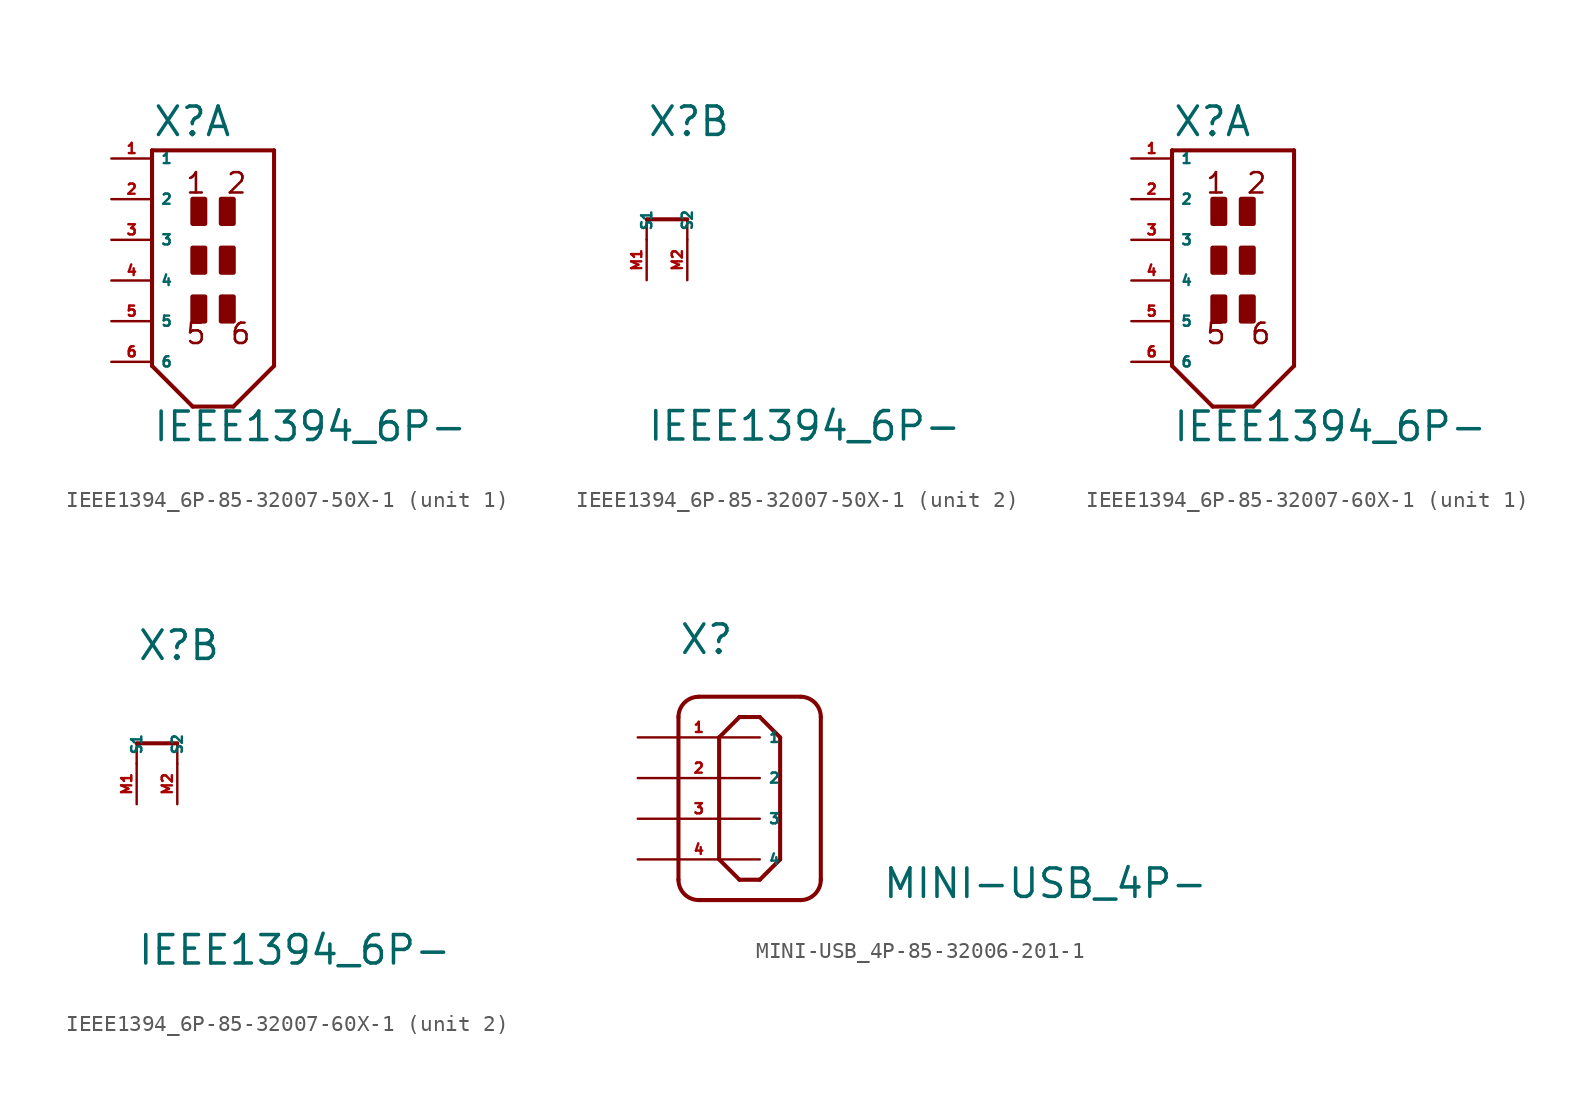
<source format=kicad_sym>
(kicad_symbol_lib
  (version 20220914)
  (generator Eagle2Kicad)
  (symbol "IEEE1394_6P-85-32007-50X-1"
    (property "Reference" "X"
      (at -2.54 6.35 0)
      (effects (font (size 1.778 1.778) (thickness 0.22)) (justify left bottom)))
    (property "Value" "IEEE1394_6P-"
      (at -2.54 -12.7 0)
      (effects (font (size 1.778 1.778) (thickness 0.22)) (justify left bottom)))
    (symbol "IEEE1394_6P-85-32007-50X-1_1_0"
      (polyline (pts (xy 5.08 5.588) (xy -2.54 5.588)) (stroke (width 0.254) (type default)) (fill (type none)))
      (polyline (pts (xy -2.54 5.588) (xy -2.54 -7.874)) (stroke (width 0.254) (type default)) (fill (type none)))
      (polyline (pts (xy -2.54 -7.874) (xy 0 -10.414)) (stroke (width 0.254) (type default)) (fill (type none)))
      (polyline (pts (xy 0 -10.414) (xy 2.54 -10.414)) (stroke (width 0.254) (type default)) (fill (type none)))
      (polyline (pts (xy 2.54 -10.414) (xy 5.08 -7.874)) (stroke (width 0.254) (type default)) (fill (type none)))
      (polyline (pts (xy 5.08 -7.874) (xy 5.08 5.588)) (stroke (width 0.254) (type default)) (fill (type none)))
      (text "1" (at -0.508 2.794 0) (effects (font (size 1.27 1.27) (thickness 0.16)) (justify left bottom)))
      (text "2" (at 2.032 2.794 0) (effects (font (size 1.27 1.27) (thickness 0.16)) (justify left bottom)))
      (text "5" (at -0.508 -6.604 0) (effects (font (size 1.27 1.27) (thickness 0.16)) (justify left bottom)))
      (text "6" (at 2.286 -6.604 0) (effects (font (size 1.27 1.27) (thickness 0.16)) (justify left bottom)))
      (rectangle (start 0 1.016) (end 0.762 2.54) (stroke (width 0.3) (type default)) (fill (type outline)))
      (rectangle (start 0 -2.032) (end 0.762 -0.508) (stroke (width 0.3) (type default)) (fill (type outline)))
      (rectangle (start 0 -5.08) (end 0.762 -3.556) (stroke (width 0.3) (type default)) (fill (type outline)))
      (rectangle (start 1.778 1.016) (end 2.54 2.54) (stroke (width 0.3) (type default)) (fill (type outline)))
      (rectangle (start 1.778 -2.032) (end 2.54 -0.508) (stroke (width 0.3) (type default)) (fill (type outline)))
      (rectangle (start 1.778 -5.08) (end 2.54 -3.556) (stroke (width 0.3) (type default)) (fill (type outline)))
      (pin passive line (at -5.08 5.08 0) (length 2.54) (name "1" (effects (font (size 0.635 0.635) (thickness 0.08)) (justify left bottom))) (number "1" (effects (font (size 0.635 0.635) (thickness 0.08)) (justify left bottom))))
      (pin passive line (at -5.08 2.54 0) (length 2.54) (name "2" (effects (font (size 0.635 0.635) (thickness 0.08)) (justify left bottom))) (number "2" (effects (font (size 0.635 0.635) (thickness 0.08)) (justify left bottom))))
      (pin passive line (at -5.08 0 0) (length 2.54) (name "3" (effects (font (size 0.635 0.635) (thickness 0.08)) (justify left bottom))) (number "3" (effects (font (size 0.635 0.635) (thickness 0.08)) (justify left bottom))))
      (pin passive line (at -5.08 -2.54 0) (length 2.54) (name "4" (effects (font (size 0.635 0.635) (thickness 0.08)) (justify left bottom))) (number "4" (effects (font (size 0.635 0.635) (thickness 0.08)) (justify left bottom))))
      (pin passive line (at -5.08 -5.08 0) (length 2.54) (name "5" (effects (font (size 0.635 0.635) (thickness 0.08)) (justify left bottom))) (number "5" (effects (font (size 0.635 0.635) (thickness 0.08)) (justify left bottom))))
      (pin passive line (at -5.08 -7.62 0) (length 2.54) (name "6" (effects (font (size 0.635 0.635) (thickness 0.08)) (justify left bottom))) (number "6" (effects (font (size 0.635 0.635) (thickness 0.08)) (justify left bottom)))))
    (symbol "IEEE1394_6P-85-32007-50X-1_2_0"
      (polyline (pts (xy -2.54 1.27) (xy 0 1.27)) (stroke (width 0.254) (type dash)) (fill (type none)))
      (polyline (pts (xy -2.54 0) (xy -2.54 1.27)) (stroke (width 0.152) (type default)) (fill (type none)))
      (polyline (pts (xy 0 0) (xy 0 1.27)) (stroke (width 0.152) (type default)) (fill (type none)))
      (pin passive line (at -2.54 -2.54 90) (length 2.54) (name "S1" (effects (font (size 0.635 0.635) (thickness 0.08)) (justify left bottom))) (number "M1" (effects (font (size 0.635 0.635) (thickness 0.08)) (justify left bottom))))
      (pin passive line (at 0 -2.54 90) (length 2.54) (name "S2" (effects (font (size 0.635 0.635) (thickness 0.08)) (justify left bottom))) (number "M2" (effects (font (size 0.635 0.635) (thickness 0.08)) (justify left bottom))))))
  (symbol "IEEE1394_6P-85-32007-60X-1"
    (property "Reference" "X"
      (at -2.54 6.35 0)
      (effects (font (size 1.778 1.778) (thickness 0.22)) (justify left bottom)))
    (property "Value" "IEEE1394_6P-"
      (at -2.54 -12.7 0)
      (effects (font (size 1.778 1.778) (thickness 0.22)) (justify left bottom)))
    (symbol "IEEE1394_6P-85-32007-60X-1_1_0"
      (polyline (pts (xy 5.08 5.588) (xy -2.54 5.588)) (stroke (width 0.254) (type default)) (fill (type none)))
      (polyline (pts (xy -2.54 5.588) (xy -2.54 -7.874)) (stroke (width 0.254) (type default)) (fill (type none)))
      (polyline (pts (xy -2.54 -7.874) (xy 0 -10.414)) (stroke (width 0.254) (type default)) (fill (type none)))
      (polyline (pts (xy 0 -10.414) (xy 2.54 -10.414)) (stroke (width 0.254) (type default)) (fill (type none)))
      (polyline (pts (xy 2.54 -10.414) (xy 5.08 -7.874)) (stroke (width 0.254) (type default)) (fill (type none)))
      (polyline (pts (xy 5.08 -7.874) (xy 5.08 5.588)) (stroke (width 0.254) (type default)) (fill (type none)))
      (text "1" (at -0.508 2.794 0) (effects (font (size 1.27 1.27) (thickness 0.16)) (justify left bottom)))
      (text "2" (at 2.032 2.794 0) (effects (font (size 1.27 1.27) (thickness 0.16)) (justify left bottom)))
      (text "5" (at -0.508 -6.604 0) (effects (font (size 1.27 1.27) (thickness 0.16)) (justify left bottom)))
      (text "6" (at 2.286 -6.604 0) (effects (font (size 1.27 1.27) (thickness 0.16)) (justify left bottom)))
      (rectangle (start 0 1.016) (end 0.762 2.54) (stroke (width 0.3) (type default)) (fill (type outline)))
      (rectangle (start 0 -2.032) (end 0.762 -0.508) (stroke (width 0.3) (type default)) (fill (type outline)))
      (rectangle (start 0 -5.08) (end 0.762 -3.556) (stroke (width 0.3) (type default)) (fill (type outline)))
      (rectangle (start 1.778 1.016) (end 2.54 2.54) (stroke (width 0.3) (type default)) (fill (type outline)))
      (rectangle (start 1.778 -2.032) (end 2.54 -0.508) (stroke (width 0.3) (type default)) (fill (type outline)))
      (rectangle (start 1.778 -5.08) (end 2.54 -3.556) (stroke (width 0.3) (type default)) (fill (type outline)))
      (pin passive line (at -5.08 5.08 0) (length 2.54) (name "1" (effects (font (size 0.635 0.635) (thickness 0.08)) (justify left bottom))) (number "1" (effects (font (size 0.635 0.635) (thickness 0.08)) (justify left bottom))))
      (pin passive line (at -5.08 2.54 0) (length 2.54) (name "2" (effects (font (size 0.635 0.635) (thickness 0.08)) (justify left bottom))) (number "2" (effects (font (size 0.635 0.635) (thickness 0.08)) (justify left bottom))))
      (pin passive line (at -5.08 0 0) (length 2.54) (name "3" (effects (font (size 0.635 0.635) (thickness 0.08)) (justify left bottom))) (number "3" (effects (font (size 0.635 0.635) (thickness 0.08)) (justify left bottom))))
      (pin passive line (at -5.08 -2.54 0) (length 2.54) (name "4" (effects (font (size 0.635 0.635) (thickness 0.08)) (justify left bottom))) (number "4" (effects (font (size 0.635 0.635) (thickness 0.08)) (justify left bottom))))
      (pin passive line (at -5.08 -5.08 0) (length 2.54) (name "5" (effects (font (size 0.635 0.635) (thickness 0.08)) (justify left bottom))) (number "5" (effects (font (size 0.635 0.635) (thickness 0.08)) (justify left bottom))))
      (pin passive line (at -5.08 -7.62 0) (length 2.54) (name "6" (effects (font (size 0.635 0.635) (thickness 0.08)) (justify left bottom))) (number "6" (effects (font (size 0.635 0.635) (thickness 0.08)) (justify left bottom)))))
    (symbol "IEEE1394_6P-85-32007-60X-1_2_0"
      (polyline (pts (xy -2.54 1.27) (xy 0 1.27)) (stroke (width 0.254) (type dash)) (fill (type none)))
      (polyline (pts (xy -2.54 0) (xy -2.54 1.27)) (stroke (width 0.152) (type default)) (fill (type none)))
      (polyline (pts (xy 0 0) (xy 0 1.27)) (stroke (width 0.152) (type default)) (fill (type none)))
      (pin passive line (at -2.54 -2.54 90) (length 2.54) (name "S1" (effects (font (size 0.635 0.635) (thickness 0.08)) (justify left bottom))) (number "M1" (effects (font (size 0.635 0.635) (thickness 0.08)) (justify left bottom))))
      (pin passive line (at 0 -2.54 90) (length 2.54) (name "S2" (effects (font (size 0.635 0.635) (thickness 0.08)) (justify left bottom))) (number "M2" (effects (font (size 0.635 0.635) (thickness 0.08)) (justify left bottom))))))
  (symbol "MINI-USB_4P-85-32006-201-1"
    (property "Reference" "X"
      (at -2.54 10.16 0)
      (effects (font (size 1.778 1.778) (thickness 0.22)) (justify left bottom)))
    (property "Value" "MINI-USB_4P-"
      (at 10.16 -5.08 0)
      (effects (font (size 1.778 1.778) (thickness 0.22)) (justify left bottom)))
    (polyline
      (pts (xy -2.54 6.35) (xy -2.54 -3.81))
      (stroke (width 0.254) (type default))
      (fill (type none)))
    (arc
      (start -2.54 -3.81)
      (mid -2.168 -4.708)
      (end -1.27 -5.08)
      (stroke (width 0.254) (type default))
      (fill (type none)))
    (polyline
      (pts (xy -1.27 -5.08) (xy 5.08 -5.08))
      (stroke (width 0.254) (type default))
      (fill (type none)))
    (arc
      (start 5.08 -5.08)
      (mid 5.978 -4.708)
      (end 6.35 -3.81)
      (stroke (width 0.254) (type default))
      (fill (type none)))
    (polyline
      (pts (xy 6.35 -3.81) (xy 6.35 6.35))
      (stroke (width 0.254) (type default))
      (fill (type none)))
    (arc
      (start -1.27 7.62)
      (mid -2.168 7.248)
      (end -2.54 6.35)
      (stroke (width 0.254) (type default))
      (fill (type none)))
    (polyline
      (pts (xy -1.27 7.62) (xy 5.08 7.62))
      (stroke (width 0.254) (type default))
      (fill (type none)))
    (arc
      (start 6.35 6.35)
      (mid 5.978 7.248)
      (end 5.08 7.62)
      (stroke (width 0.254) (type default))
      (fill (type none)))
    (polyline
      (pts (xy 0 5.08) (xy 0 -2.54))
      (stroke (width 0.254) (type default))
      (fill (type none)))
    (polyline
      (pts (xy 0 -2.54) (xy 1.27 -3.81))
      (stroke (width 0.254) (type default))
      (fill (type none)))
    (polyline
      (pts (xy 1.27 -3.81) (xy 2.54 -3.81))
      (stroke (width 0.254) (type default))
      (fill (type none)))
    (polyline
      (pts (xy 3.81 -2.54) (xy 3.81 5.08))
      (stroke (width 0.254) (type default))
      (fill (type none)))
    (polyline
      (pts (xy 2.54 6.35) (xy 1.27 6.35))
      (stroke (width 0.254) (type default))
      (fill (type none)))
    (polyline
      (pts (xy 1.27 6.35) (xy 0 5.08))
      (stroke (width 0.254) (type default))
      (fill (type none)))
    (polyline
      (pts (xy 2.54 6.35) (xy 3.81 5.08))
      (stroke (width 0.254) (type default))
      (fill (type none)))
    (polyline
      (pts (xy 2.54 -3.81) (xy 3.81 -2.54))
      (stroke (width 0.254) (type default))
      (fill (type none)))
    (pin passive line
      (at -5.08 5.08 0)
      (length 7.62)
      (name "1" (effects (font (size 0.635 0.635) (thickness 0.08)) (justify left bottom)))
      (number "1" (effects (font (size 0.635 0.635) (thickness 0.08)) (justify left bottom))))
    (pin passive line
      (at -5.08 2.54 0)
      (length 7.62)
      (name "2" (effects (font (size 0.635 0.635) (thickness 0.08)) (justify left bottom)))
      (number "2" (effects (font (size 0.635 0.635) (thickness 0.08)) (justify left bottom))))
    (pin passive line
      (at -5.08 0 0)
      (length 7.62)
      (name "3" (effects (font (size 0.635 0.635) (thickness 0.08)) (justify left bottom)))
      (number "3" (effects (font (size 0.635 0.635) (thickness 0.08)) (justify left bottom))))
    (pin passive line
      (at -5.08 -2.54 0)
      (length 7.62)
      (name "4" (effects (font (size 0.635 0.635) (thickness 0.08)) (justify left bottom)))
      (number "4" (effects (font (size 0.635 0.635) (thickness 0.08)) (justify left bottom))))))
</source>
